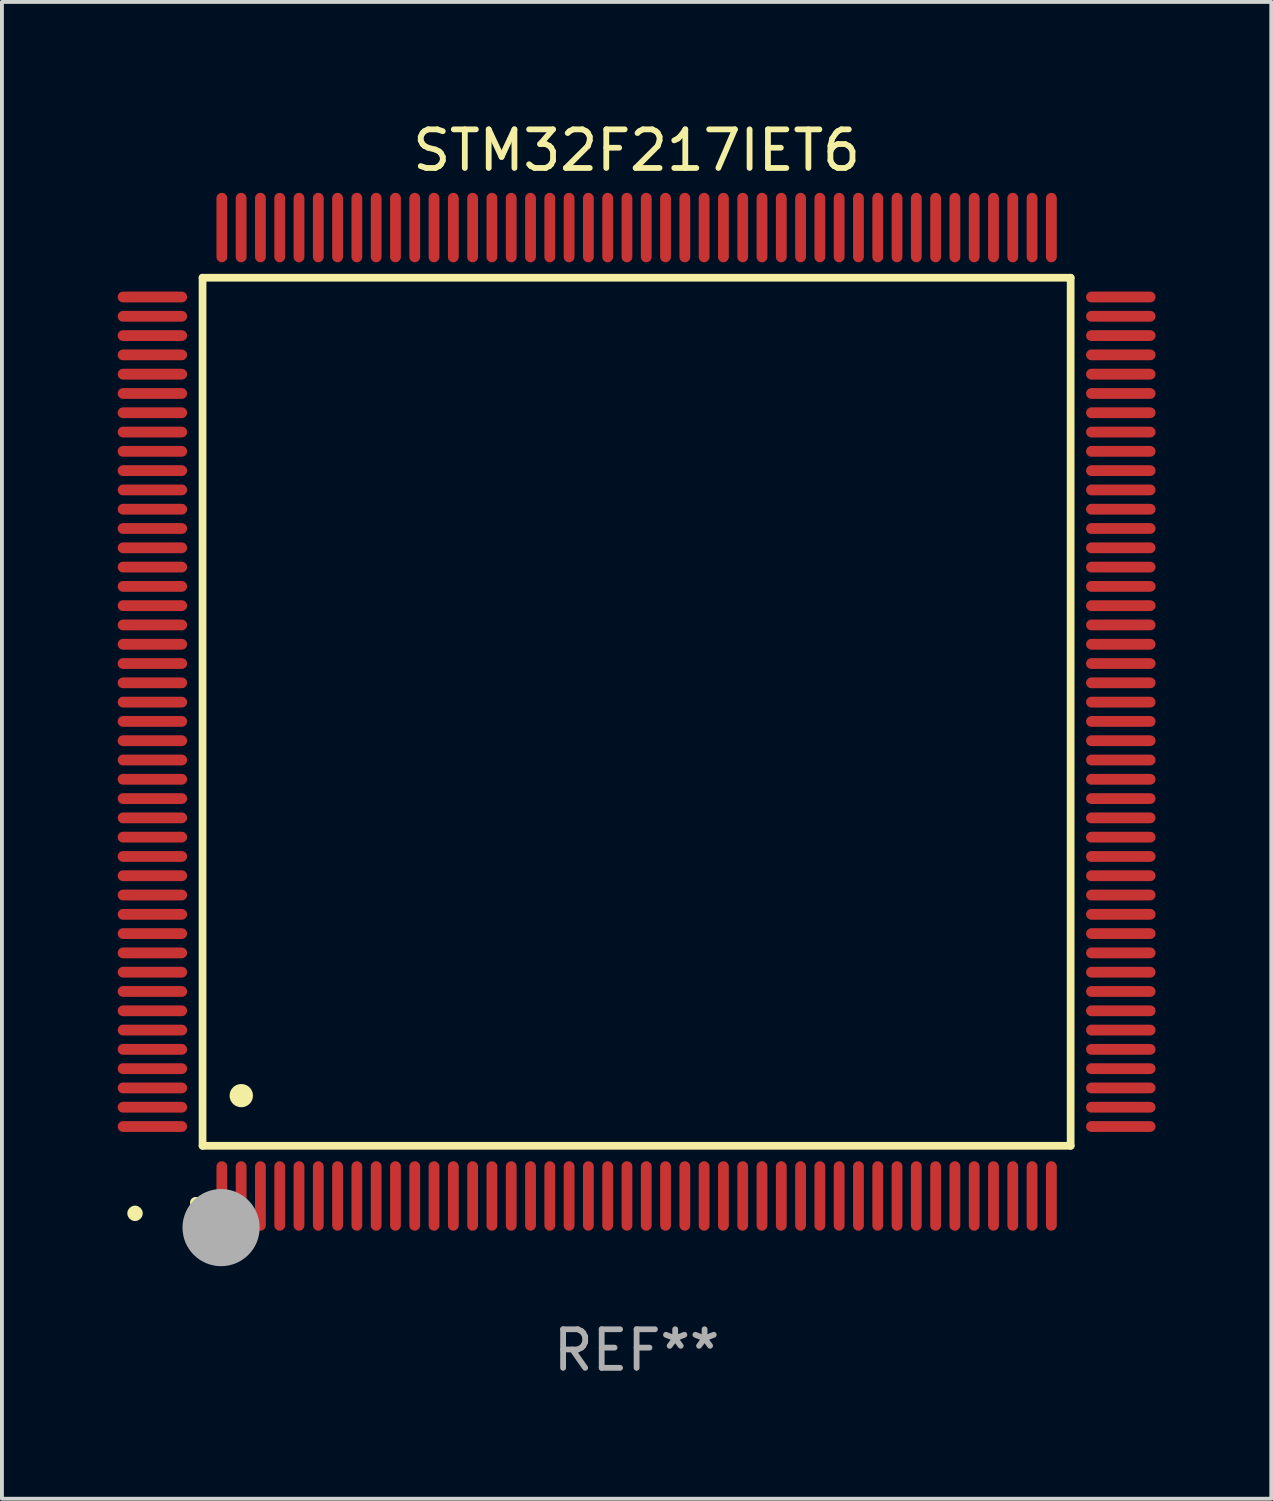
<source format=kicad_pcb>
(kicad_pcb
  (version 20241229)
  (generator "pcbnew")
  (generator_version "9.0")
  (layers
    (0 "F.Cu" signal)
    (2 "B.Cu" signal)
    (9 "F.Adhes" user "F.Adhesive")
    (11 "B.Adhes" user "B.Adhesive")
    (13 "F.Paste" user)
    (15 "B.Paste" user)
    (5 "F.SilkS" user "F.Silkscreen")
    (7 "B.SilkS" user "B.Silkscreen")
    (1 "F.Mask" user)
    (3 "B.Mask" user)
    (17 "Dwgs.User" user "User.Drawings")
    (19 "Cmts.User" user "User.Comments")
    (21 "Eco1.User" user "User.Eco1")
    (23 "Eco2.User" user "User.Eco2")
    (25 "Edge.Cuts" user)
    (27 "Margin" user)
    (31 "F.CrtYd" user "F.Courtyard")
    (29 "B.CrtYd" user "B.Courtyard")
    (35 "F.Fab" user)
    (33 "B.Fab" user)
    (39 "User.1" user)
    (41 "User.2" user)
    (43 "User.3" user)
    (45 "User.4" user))
  (footprint "STM32F217IET6"
    (layer "F.Cu")
    (at 13.45 15.398)
    (property "Reference" "STM32F217IET6" (at 0 -14.55 0) (layer "F.SilkS") (effects (font (size 1 1) (thickness 0.15))))
    (attr through_hole)
    (fp_line (start -11.25 -11.25) (end 11.25 -11.25) (stroke (width 0.2) (type solid)) (layer "F.SilkS"))
    (fp_line (start -11.25 11.25) (end -11.25 -11.25) (stroke (width 0.2) (type solid)) (layer "F.SilkS"))
    (fp_line (start 11.25 -11.25) (end 11.25 11.25) (stroke (width 0.2) (type solid)) (layer "F.SilkS"))
    (fp_line (start 11.25 11.25) (end -11.25 11.25) (stroke (width 0.2) (type solid)) (layer "F.SilkS"))
    (fp_arc (start -11.424943 12.725425) (mid -11.423673 12.72542) (end -11.422403 12.725425) (stroke (width 0.3) (type solid)) (layer "F.SilkS"))
    (fp_arc (start -10.24892 9.9492) (mid -10.24638 9.949189) (end -10.24384 9.9492) (stroke (width 0.6) (type solid)) (layer "F.SilkS"))
    (fp_circle (center -13 13) (end -12.9 13) (stroke (width 0.2) (type solid)) (fill no) (layer "F.SilkS"))
    (fp_circle (center -10.77 13.37) (end -10.27 13.37) (stroke (width 1) (type solid)) (fill no) (layer "F.Fab"))
    (fp_text user "REF**" (at 0 16.55 0) (layer "F.Fab") (effects (font (size 1 1) (thickness 0.15))))
    (pad "1" smd oval (at -10.75 12.55) (size 0.28 1.8) (layers "F.Cu" "F.Mask" "F.Paste"))
    (pad "2" smd oval (at -10.25 12.55) (size 0.28 1.8) (layers "F.Cu" "F.Mask" "F.Paste"))
    (pad "3" smd oval (at -9.75 12.55) (size 0.28 1.8) (layers "F.Cu" "F.Mask" "F.Paste"))
    (pad "4" smd oval (at -9.25 12.55) (size 0.28 1.8) (layers "F.Cu" "F.Mask" "F.Paste"))
    (pad "5" smd oval (at -8.75 12.55) (size 0.28 1.8) (layers "F.Cu" "F.Mask" "F.Paste"))
    (pad "6" smd oval (at -8.25 12.55) (size 0.28 1.8) (layers "F.Cu" "F.Mask" "F.Paste"))
    (pad "7" smd oval (at -7.75 12.55) (size 0.28 1.8) (layers "F.Cu" "F.Mask" "F.Paste"))
    (pad "8" smd oval (at -7.25 12.55) (size 0.28 1.8) (layers "F.Cu" "F.Mask" "F.Paste"))
    (pad "9" smd oval (at -6.75 12.55) (size 0.28 1.8) (layers "F.Cu" "F.Mask" "F.Paste"))
    (pad "10" smd oval (at -6.25 12.55) (size 0.28 1.8) (layers "F.Cu" "F.Mask" "F.Paste"))
    (pad "11" smd oval (at -5.75 12.55) (size 0.28 1.8) (layers "F.Cu" "F.Mask" "F.Paste"))
    (pad "12" smd oval (at -5.25 12.55) (size 0.28 1.8) (layers "F.Cu" "F.Mask" "F.Paste"))
    (pad "13" smd oval (at -4.75 12.55) (size 0.28 1.8) (layers "F.Cu" "F.Mask" "F.Paste"))
    (pad "14" smd oval (at -4.25 12.55) (size 0.28 1.8) (layers "F.Cu" "F.Mask" "F.Paste"))
    (pad "15" smd oval (at -3.75 12.55) (size 0.28 1.8) (layers "F.Cu" "F.Mask" "F.Paste"))
    (pad "16" smd oval (at -3.25 12.55) (size 0.28 1.8) (layers "F.Cu" "F.Mask" "F.Paste"))
    (pad "17" smd oval (at -2.75 12.55) (size 0.28 1.8) (layers "F.Cu" "F.Mask" "F.Paste"))
    (pad "18" smd oval (at -2.25 12.55) (size 0.28 1.8) (layers "F.Cu" "F.Mask" "F.Paste"))
    (pad "19" smd oval (at -1.75 12.55) (size 0.28 1.8) (layers "F.Cu" "F.Mask" "F.Paste"))
    (pad "20" smd oval (at -1.25 12.55) (size 0.28 1.8) (layers "F.Cu" "F.Mask" "F.Paste"))
    (pad "21" smd oval (at -0.75 12.55) (size 0.28 1.8) (layers "F.Cu" "F.Mask" "F.Paste"))
    (pad "22" smd oval (at -0.25 12.55) (size 0.28 1.8) (layers "F.Cu" "F.Mask" "F.Paste"))
    (pad "23" smd oval (at 0.25 12.55) (size 0.28 1.8) (layers "F.Cu" "F.Mask" "F.Paste"))
    (pad "24" smd oval (at 0.75 12.55) (size 0.28 1.8) (layers "F.Cu" "F.Mask" "F.Paste"))
    (pad "25" smd oval (at 1.25 12.55) (size 0.28 1.8) (layers "F.Cu" "F.Mask" "F.Paste"))
    (pad "26" smd oval (at 1.75 12.55) (size 0.28 1.8) (layers "F.Cu" "F.Mask" "F.Paste"))
    (pad "27" smd oval (at 2.25 12.55) (size 0.28 1.8) (layers "F.Cu" "F.Mask" "F.Paste"))
    (pad "28" smd oval (at 2.75 12.55) (size 0.28 1.8) (layers "F.Cu" "F.Mask" "F.Paste"))
    (pad "29" smd oval (at 3.25 12.55) (size 0.28 1.8) (layers "F.Cu" "F.Mask" "F.Paste"))
    (pad "30" smd oval (at 3.75 12.55) (size 0.28 1.8) (layers "F.Cu" "F.Mask" "F.Paste"))
    (pad "31" smd oval (at 4.25 12.55) (size 0.28 1.8) (layers "F.Cu" "F.Mask" "F.Paste"))
    (pad "32" smd oval (at 4.75 12.55) (size 0.28 1.8) (layers "F.Cu" "F.Mask" "F.Paste"))
    (pad "33" smd oval (at 5.25 12.55) (size 0.28 1.8) (layers "F.Cu" "F.Mask" "F.Paste"))
    (pad "34" smd oval (at 5.75 12.55) (size 0.28 1.8) (layers "F.Cu" "F.Mask" "F.Paste"))
    (pad "35" smd oval (at 6.25 12.55) (size 0.28 1.8) (layers "F.Cu" "F.Mask" "F.Paste"))
    (pad "36" smd oval (at 6.75 12.55) (size 0.28 1.8) (layers "F.Cu" "F.Mask" "F.Paste"))
    (pad "37" smd oval (at 7.25 12.55) (size 0.28 1.8) (layers "F.Cu" "F.Mask" "F.Paste"))
    (pad "38" smd oval (at 7.75 12.55) (size 0.28 1.8) (layers "F.Cu" "F.Mask" "F.Paste"))
    (pad "39" smd oval (at 8.25 12.55) (size 0.28 1.8) (layers "F.Cu" "F.Mask" "F.Paste"))
    (pad "40" smd oval (at 8.75 12.55) (size 0.28 1.8) (layers "F.Cu" "F.Mask" "F.Paste"))
    (pad "41" smd oval (at 9.25 12.55) (size 0.28 1.8) (layers "F.Cu" "F.Mask" "F.Paste"))
    (pad "42" smd oval (at 9.75 12.55) (size 0.28 1.8) (layers "F.Cu" "F.Mask" "F.Paste"))
    (pad "43" smd oval (at 10.25 12.55) (size 0.28 1.8) (layers "F.Cu" "F.Mask" "F.Paste"))
    (pad "44" smd oval (at 10.75 12.55) (size 0.28 1.8) (layers "F.Cu" "F.Mask" "F.Paste"))
    (pad "45" smd oval (at 12.55 10.75) (size 1.8 0.28) (layers "F.Cu" "F.Mask" "F.Paste"))
    (pad "46" smd oval (at 12.55 10.25) (size 1.8 0.28) (layers "F.Cu" "F.Mask" "F.Paste"))
    (pad "47" smd oval (at 12.55 9.75) (size 1.8 0.28) (layers "F.Cu" "F.Mask" "F.Paste"))
    (pad "48" smd oval (at 12.55 9.25) (size 1.8 0.28) (layers "F.Cu" "F.Mask" "F.Paste"))
    (pad "49" smd oval (at 12.55 8.75) (size 1.8 0.28) (layers "F.Cu" "F.Mask" "F.Paste"))
    (pad "50" smd oval (at 12.55 8.25) (size 1.8 0.28) (layers "F.Cu" "F.Mask" "F.Paste"))
    (pad "51" smd oval (at 12.55 7.75) (size 1.8 0.28) (layers "F.Cu" "F.Mask" "F.Paste"))
    (pad "52" smd oval (at 12.55 7.25) (size 1.8 0.28) (layers "F.Cu" "F.Mask" "F.Paste"))
    (pad "53" smd oval (at 12.55 6.75) (size 1.8 0.28) (layers "F.Cu" "F.Mask" "F.Paste"))
    (pad "54" smd oval (at 12.55 6.25) (size 1.8 0.28) (layers "F.Cu" "F.Mask" "F.Paste"))
    (pad "55" smd oval (at 12.55 5.75) (size 1.8 0.28) (layers "F.Cu" "F.Mask" "F.Paste"))
    (pad "56" smd oval (at 12.55 5.25) (size 1.8 0.28) (layers "F.Cu" "F.Mask" "F.Paste"))
    (pad "57" smd oval (at 12.55 4.75) (size 1.8 0.28) (layers "F.Cu" "F.Mask" "F.Paste"))
    (pad "58" smd oval (at 12.55 4.25) (size 1.8 0.28) (layers "F.Cu" "F.Mask" "F.Paste"))
    (pad "59" smd oval (at 12.55 3.75) (size 1.8 0.28) (layers "F.Cu" "F.Mask" "F.Paste"))
    (pad "60" smd oval (at 12.55 3.25) (size 1.8 0.28) (layers "F.Cu" "F.Mask" "F.Paste"))
    (pad "61" smd oval (at 12.55 2.75) (size 1.8 0.28) (layers "F.Cu" "F.Mask" "F.Paste"))
    (pad "62" smd oval (at 12.55 2.25) (size 1.8 0.28) (layers "F.Cu" "F.Mask" "F.Paste"))
    (pad "63" smd oval (at 12.55 1.75) (size 1.8 0.28) (layers "F.Cu" "F.Mask" "F.Paste"))
    (pad "64" smd oval (at 12.55 1.25) (size 1.8 0.28) (layers "F.Cu" "F.Mask" "F.Paste"))
    (pad "65" smd oval (at 12.55 0.75) (size 1.8 0.28) (layers "F.Cu" "F.Mask" "F.Paste"))
    (pad "66" smd oval (at 12.55 0.25) (size 1.8 0.28) (layers "F.Cu" "F.Mask" "F.Paste"))
    (pad "67" smd oval (at 12.55 -0.25) (size 1.8 0.28) (layers "F.Cu" "F.Mask" "F.Paste"))
    (pad "68" smd oval (at 12.55 -0.75) (size 1.8 0.28) (layers "F.Cu" "F.Mask" "F.Paste"))
    (pad "69" smd oval (at 12.55 -1.25) (size 1.8 0.28) (layers "F.Cu" "F.Mask" "F.Paste"))
    (pad "70" smd oval (at 12.55 -1.75) (size 1.8 0.28) (layers "F.Cu" "F.Mask" "F.Paste"))
    (pad "71" smd oval (at 12.55 -2.25) (size 1.8 0.28) (layers "F.Cu" "F.Mask" "F.Paste"))
    (pad "72" smd oval (at 12.55 -2.75) (size 1.8 0.28) (layers "F.Cu" "F.Mask" "F.Paste"))
    (pad "73" smd oval (at 12.55 -3.25) (size 1.8 0.28) (layers "F.Cu" "F.Mask" "F.Paste"))
    (pad "74" smd oval (at 12.55 -3.75) (size 1.8 0.28) (layers "F.Cu" "F.Mask" "F.Paste"))
    (pad "75" smd oval (at 12.55 -4.25) (size 1.8 0.28) (layers "F.Cu" "F.Mask" "F.Paste"))
    (pad "76" smd oval (at 12.55 -4.75) (size 1.8 0.28) (layers "F.Cu" "F.Mask" "F.Paste"))
    (pad "77" smd oval (at 12.55 -5.25) (size 1.8 0.28) (layers "F.Cu" "F.Mask" "F.Paste"))
    (pad "78" smd oval (at 12.55 -5.75) (size 1.8 0.28) (layers "F.Cu" "F.Mask" "F.Paste"))
    (pad "79" smd oval (at 12.55 -6.25) (size 1.8 0.28) (layers "F.Cu" "F.Mask" "F.Paste"))
    (pad "80" smd oval (at 12.55 -6.75) (size 1.8 0.28) (layers "F.Cu" "F.Mask" "F.Paste"))
    (pad "81" smd oval (at 12.55 -7.25) (size 1.8 0.28) (layers "F.Cu" "F.Mask" "F.Paste"))
    (pad "82" smd oval (at 12.55 -7.75) (size 1.8 0.28) (layers "F.Cu" "F.Mask" "F.Paste"))
    (pad "83" smd oval (at 12.55 -8.25) (size 1.8 0.28) (layers "F.Cu" "F.Mask" "F.Paste"))
    (pad "84" smd oval (at 12.55 -8.75) (size 1.8 0.28) (layers "F.Cu" "F.Mask" "F.Paste"))
    (pad "85" smd oval (at 12.55 -9.25) (size 1.8 0.28) (layers "F.Cu" "F.Mask" "F.Paste"))
    (pad "86" smd oval (at 12.55 -9.75) (size 1.8 0.28) (layers "F.Cu" "F.Mask" "F.Paste"))
    (pad "87" smd oval (at 12.55 -10.25) (size 1.8 0.28) (layers "F.Cu" "F.Mask" "F.Paste"))
    (pad "88" smd oval (at 12.55 -10.75) (size 1.8 0.28) (layers "F.Cu" "F.Mask" "F.Paste"))
    (pad "89" smd oval (at 10.75 -12.55) (size 0.28 1.8) (layers "F.Cu" "F.Mask" "F.Paste"))
    (pad "90" smd oval (at 10.25 -12.55) (size 0.28 1.8) (layers "F.Cu" "F.Mask" "F.Paste"))
    (pad "91" smd oval (at 9.75 -12.55) (size 0.28 1.8) (layers "F.Cu" "F.Mask" "F.Paste"))
    (pad "92" smd oval (at 9.25 -12.55) (size 0.28 1.8) (layers "F.Cu" "F.Mask" "F.Paste"))
    (pad "93" smd oval (at 8.75 -12.55) (size 0.28 1.8) (layers "F.Cu" "F.Mask" "F.Paste"))
    (pad "94" smd oval (at 8.25 -12.55) (size 0.28 1.8) (layers "F.Cu" "F.Mask" "F.Paste"))
    (pad "95" smd oval (at 7.75 -12.55) (size 0.28 1.8) (layers "F.Cu" "F.Mask" "F.Paste"))
    (pad "96" smd oval (at 7.25 -12.55) (size 0.28 1.8) (layers "F.Cu" "F.Mask" "F.Paste"))
    (pad "97" smd oval (at 6.75 -12.55) (size 0.28 1.8) (layers "F.Cu" "F.Mask" "F.Paste"))
    (pad "98" smd oval (at 6.25 -12.55) (size 0.28 1.8) (layers "F.Cu" "F.Mask" "F.Paste"))
    (pad "99" smd oval (at 5.75 -12.55) (size 0.28 1.8) (layers "F.Cu" "F.Mask" "F.Paste"))
    (pad "100" smd oval (at 5.25 -12.55) (size 0.28 1.8) (layers "F.Cu" "F.Mask" "F.Paste"))
    (pad "101" smd oval (at 4.75 -12.55) (size 0.28 1.8) (layers "F.Cu" "F.Mask" "F.Paste"))
    (pad "102" smd oval (at 4.25 -12.55) (size 0.28 1.8) (layers "F.Cu" "F.Mask" "F.Paste"))
    (pad "103" smd oval (at 3.75 -12.55) (size 0.28 1.8) (layers "F.Cu" "F.Mask" "F.Paste"))
    (pad "104" smd oval (at 3.25 -12.55) (size 0.28 1.8) (layers "F.Cu" "F.Mask" "F.Paste"))
    (pad "105" smd oval (at 2.75 -12.55) (size 0.28 1.8) (layers "F.Cu" "F.Mask" "F.Paste"))
    (pad "106" smd oval (at 2.25 -12.55) (size 0.28 1.8) (layers "F.Cu" "F.Mask" "F.Paste"))
    (pad "107" smd oval (at 1.75 -12.55) (size 0.28 1.8) (layers "F.Cu" "F.Mask" "F.Paste"))
    (pad "108" smd oval (at 1.25 -12.55) (size 0.28 1.8) (layers "F.Cu" "F.Mask" "F.Paste"))
    (pad "109" smd oval (at 0.75 -12.55) (size 0.28 1.8) (layers "F.Cu" "F.Mask" "F.Paste"))
    (pad "110" smd oval (at 0.25 -12.55) (size 0.28 1.8) (layers "F.Cu" "F.Mask" "F.Paste"))
    (pad "111" smd oval (at -0.25 -12.55) (size 0.28 1.8) (layers "F.Cu" "F.Mask" "F.Paste"))
    (pad "112" smd oval (at -0.75 -12.55) (size 0.28 1.8) (layers "F.Cu" "F.Mask" "F.Paste"))
    (pad "113" smd oval (at -1.25 -12.55) (size 0.28 1.8) (layers "F.Cu" "F.Mask" "F.Paste"))
    (pad "114" smd oval (at -1.75 -12.55) (size 0.28 1.8) (layers "F.Cu" "F.Mask" "F.Paste"))
    (pad "115" smd oval (at -2.25 -12.55) (size 0.28 1.8) (layers "F.Cu" "F.Mask" "F.Paste"))
    (pad "116" smd oval (at -2.75 -12.55) (size 0.28 1.8) (layers "F.Cu" "F.Mask" "F.Paste"))
    (pad "117" smd oval (at -3.25 -12.55) (size 0.28 1.8) (layers "F.Cu" "F.Mask" "F.Paste"))
    (pad "118" smd oval (at -3.75 -12.55) (size 0.28 1.8) (layers "F.Cu" "F.Mask" "F.Paste"))
    (pad "119" smd oval (at -4.25 -12.55) (size 0.28 1.8) (layers "F.Cu" "F.Mask" "F.Paste"))
    (pad "120" smd oval (at -4.75 -12.55) (size 0.28 1.8) (layers "F.Cu" "F.Mask" "F.Paste"))
    (pad "121" smd oval (at -5.25 -12.55) (size 0.28 1.8) (layers "F.Cu" "F.Mask" "F.Paste"))
    (pad "122" smd oval (at -5.75 -12.55) (size 0.28 1.8) (layers "F.Cu" "F.Mask" "F.Paste"))
    (pad "123" smd oval (at -6.25 -12.55) (size 0.28 1.8) (layers "F.Cu" "F.Mask" "F.Paste"))
    (pad "124" smd oval (at -6.75 -12.55) (size 0.28 1.8) (layers "F.Cu" "F.Mask" "F.Paste"))
    (pad "125" smd oval (at -7.25 -12.55) (size 0.28 1.8) (layers "F.Cu" "F.Mask" "F.Paste"))
    (pad "126" smd oval (at -7.75 -12.55) (size 0.28 1.8) (layers "F.Cu" "F.Mask" "F.Paste"))
    (pad "127" smd oval (at -8.25 -12.55) (size 0.28 1.8) (layers "F.Cu" "F.Mask" "F.Paste"))
    (pad "128" smd oval (at -8.75 -12.55) (size 0.28 1.8) (layers "F.Cu" "F.Mask" "F.Paste"))
    (pad "129" smd oval (at -9.25 -12.55) (size 0.28 1.8) (layers "F.Cu" "F.Mask" "F.Paste"))
    (pad "130" smd oval (at -9.75 -12.55) (size 0.28 1.8) (layers "F.Cu" "F.Mask" "F.Paste"))
    (pad "131" smd oval (at -10.25 -12.55) (size 0.28 1.8) (layers "F.Cu" "F.Mask" "F.Paste"))
    (pad "132" smd oval (at -10.75 -12.55) (size 0.28 1.8) (layers "F.Cu" "F.Mask" "F.Paste"))
    (pad "133" smd oval (at -12.55 -10.75) (size 1.8 0.28) (layers "F.Cu" "F.Mask" "F.Paste"))
    (pad "134" smd oval (at -12.55 -10.25) (size 1.8 0.28) (layers "F.Cu" "F.Mask" "F.Paste"))
    (pad "135" smd oval (at -12.55 -9.75) (size 1.8 0.28) (layers "F.Cu" "F.Mask" "F.Paste"))
    (pad "136" smd oval (at -12.55 -9.25) (size 1.8 0.28) (layers "F.Cu" "F.Mask" "F.Paste"))
    (pad "137" smd oval (at -12.55 -8.75) (size 1.8 0.28) (layers "F.Cu" "F.Mask" "F.Paste"))
    (pad "138" smd oval (at -12.55 -8.25) (size 1.8 0.28) (layers "F.Cu" "F.Mask" "F.Paste"))
    (pad "139" smd oval (at -12.55 -7.75) (size 1.8 0.28) (layers "F.Cu" "F.Mask" "F.Paste"))
    (pad "140" smd oval (at -12.55 -7.25) (size 1.8 0.28) (layers "F.Cu" "F.Mask" "F.Paste"))
    (pad "141" smd oval (at -12.55 -6.75) (size 1.8 0.28) (layers "F.Cu" "F.Mask" "F.Paste"))
    (pad "142" smd oval (at -12.55 -6.25) (size 1.8 0.28) (layers "F.Cu" "F.Mask" "F.Paste"))
    (pad "143" smd oval (at -12.55 -5.75) (size 1.8 0.28) (layers "F.Cu" "F.Mask" "F.Paste"))
    (pad "144" smd oval (at -12.55 -5.25) (size 1.8 0.28) (layers "F.Cu" "F.Mask" "F.Paste"))
    (pad "145" smd oval (at -12.55 -4.75) (size 1.8 0.28) (layers "F.Cu" "F.Mask" "F.Paste"))
    (pad "146" smd oval (at -12.55 -4.25) (size 1.8 0.28) (layers "F.Cu" "F.Mask" "F.Paste"))
    (pad "147" smd oval (at -12.55 -3.75) (size 1.8 0.28) (layers "F.Cu" "F.Mask" "F.Paste"))
    (pad "148" smd oval (at -12.55 -3.25) (size 1.8 0.28) (layers "F.Cu" "F.Mask" "F.Paste"))
    (pad "149" smd oval (at -12.55 -2.75) (size 1.8 0.28) (layers "F.Cu" "F.Mask" "F.Paste"))
    (pad "150" smd oval (at -12.55 -2.25) (size 1.8 0.28) (layers "F.Cu" "F.Mask" "F.Paste"))
    (pad "151" smd oval (at -12.55 -1.75) (size 1.8 0.28) (layers "F.Cu" "F.Mask" "F.Paste"))
    (pad "152" smd oval (at -12.55 -1.25) (size 1.8 0.28) (layers "F.Cu" "F.Mask" "F.Paste"))
    (pad "153" smd oval (at -12.55 -0.75) (size 1.8 0.28) (layers "F.Cu" "F.Mask" "F.Paste"))
    (pad "154" smd oval (at -12.55 -0.25) (size 1.8 0.28) (layers "F.Cu" "F.Mask" "F.Paste"))
    (pad "155" smd oval (at -12.55 0.25) (size 1.8 0.28) (layers "F.Cu" "F.Mask" "F.Paste"))
    (pad "156" smd oval (at -12.55 0.75) (size 1.8 0.28) (layers "F.Cu" "F.Mask" "F.Paste"))
    (pad "157" smd oval (at -12.55 1.25) (size 1.8 0.28) (layers "F.Cu" "F.Mask" "F.Paste"))
    (pad "158" smd oval (at -12.55 1.75) (size 1.8 0.28) (layers "F.Cu" "F.Mask" "F.Paste"))
    (pad "159" smd oval (at -12.55 2.25) (size 1.8 0.28) (layers "F.Cu" "F.Mask" "F.Paste"))
    (pad "160" smd oval (at -12.55 2.75) (size 1.8 0.28) (layers "F.Cu" "F.Mask" "F.Paste"))
    (pad "161" smd oval (at -12.55 3.25) (size 1.8 0.28) (layers "F.Cu" "F.Mask" "F.Paste"))
    (pad "162" smd oval (at -12.55 3.75) (size 1.8 0.28) (layers "F.Cu" "F.Mask" "F.Paste"))
    (pad "163" smd oval (at -12.55 4.25) (size 1.8 0.28) (layers "F.Cu" "F.Mask" "F.Paste"))
    (pad "164" smd oval (at -12.55 4.75) (size 1.8 0.28) (layers "F.Cu" "F.Mask" "F.Paste"))
    (pad "165" smd oval (at -12.55 5.25) (size 1.8 0.28) (layers "F.Cu" "F.Mask" "F.Paste"))
    (pad "166" smd oval (at -12.55 5.75) (size 1.8 0.28) (layers "F.Cu" "F.Mask" "F.Paste"))
    (pad "167" smd oval (at -12.55 6.25) (size 1.8 0.28) (layers "F.Cu" "F.Mask" "F.Paste"))
    (pad "168" smd oval (at -12.55 6.75) (size 1.8 0.28) (layers "F.Cu" "F.Mask" "F.Paste"))
    (pad "169" smd oval (at -12.55 7.25) (size 1.8 0.28) (layers "F.Cu" "F.Mask" "F.Paste"))
    (pad "170" smd oval (at -12.55 7.75) (size 1.8 0.28) (layers "F.Cu" "F.Mask" "F.Paste"))
    (pad "171" smd oval (at -12.55 8.25) (size 1.8 0.28) (layers "F.Cu" "F.Mask" "F.Paste"))
    (pad "172" smd oval (at -12.55 8.75) (size 1.8 0.28) (layers "F.Cu" "F.Mask" "F.Paste"))
    (pad "173" smd oval (at -12.55 9.25) (size 1.8 0.28) (layers "F.Cu" "F.Mask" "F.Paste"))
    (pad "174" smd oval (at -12.55 9.75) (size 1.8 0.28) (layers "F.Cu" "F.Mask" "F.Paste"))
    (pad "175" smd oval (at -12.55 10.25) (size 1.8 0.28) (layers "F.Cu" "F.Mask" "F.Paste"))
    (pad "176" smd oval (at -12.55 10.75) (size 1.8 0.28) (layers "F.Cu" "F.Mask" "F.Paste")))
  (gr_rect
    (start -3 -3)
    (end 29.9 35.796)
    (stroke (width 0.1) (type default))
    (fill no)
    (layer "Edge.Cuts")))
</source>
